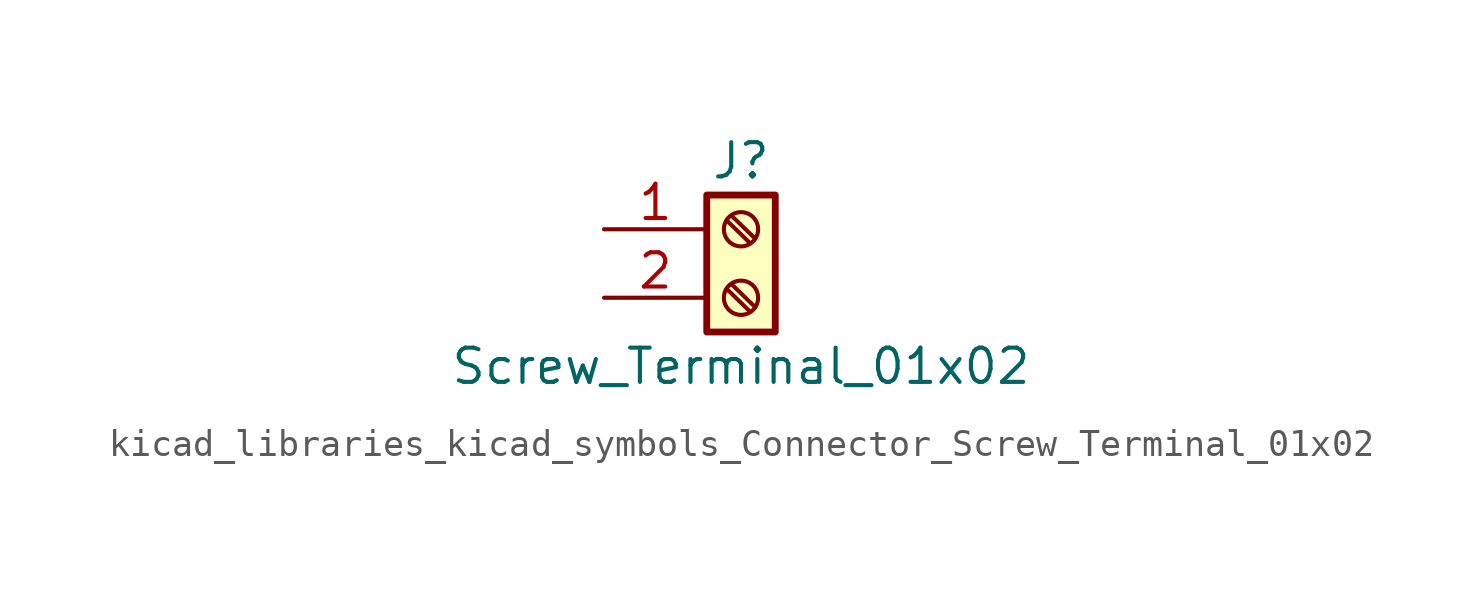
<source format=kicad_sym>
(kicad_symbol_lib
  (version 20220914)
  (generator kicad_symbol_editor)
  (symbol "kicad_libraries_kicad_symbols_Connector_Screw_Terminal_01x02"
    (pin_names
      (offset 1.016) hide)
    (property "Reference" "J"
      (at 0 2.54 0)
      (effects (font (size 1.27 1.27))))
    (property "Value" "Screw_Terminal_01x02"
      (at 0 -5.08 0)
      (effects (font (size 1.27 1.27))))
    (symbol "kicad_libraries_kicad_symbols_Connector_Screw_Terminal_01x02_1_1"
      (rectangle (start -1.27 1.27) (end 1.27 -3.81) (stroke (width 0.254) (type default)) (fill (type background)))
      (circle (center 0 -2.54) (radius 0.635) (stroke (width 0.152) (type default)) (fill (type none)))
      (polyline (pts (xy -0.533 -2.21) (xy 0.33 -3.048)) (stroke (width 0.152) (type default)) (fill (type none)))
      (polyline (pts (xy -0.533 0.33) (xy 0.33 -0.508)) (stroke (width 0.152) (type default)) (fill (type none)))
      (polyline (pts (xy -0.356 -2.032) (xy 0.508 -2.87)) (stroke (width 0.152) (type default)) (fill (type none)))
      (polyline (pts (xy -0.356 0.508) (xy 0.508 -0.33)) (stroke (width 0.152) (type default)) (fill (type none)))
      (circle (center 0 0) (radius 0.635) (stroke (width 0.152) (type default)) (fill (type none)))
      (pin passive line (at -5.08 0 0) (length 3.81) (name "Pin_1" (effects (font (size 1.27 1.27)))) (number "1" (effects (font (size 1.27 1.27)))))
      (pin passive line (at -5.08 -2.54 0) (length 3.81) (name "Pin_2" (effects (font (size 1.27 1.27)))) (number "2" (effects (font (size 1.27 1.27))))))))
</source>
